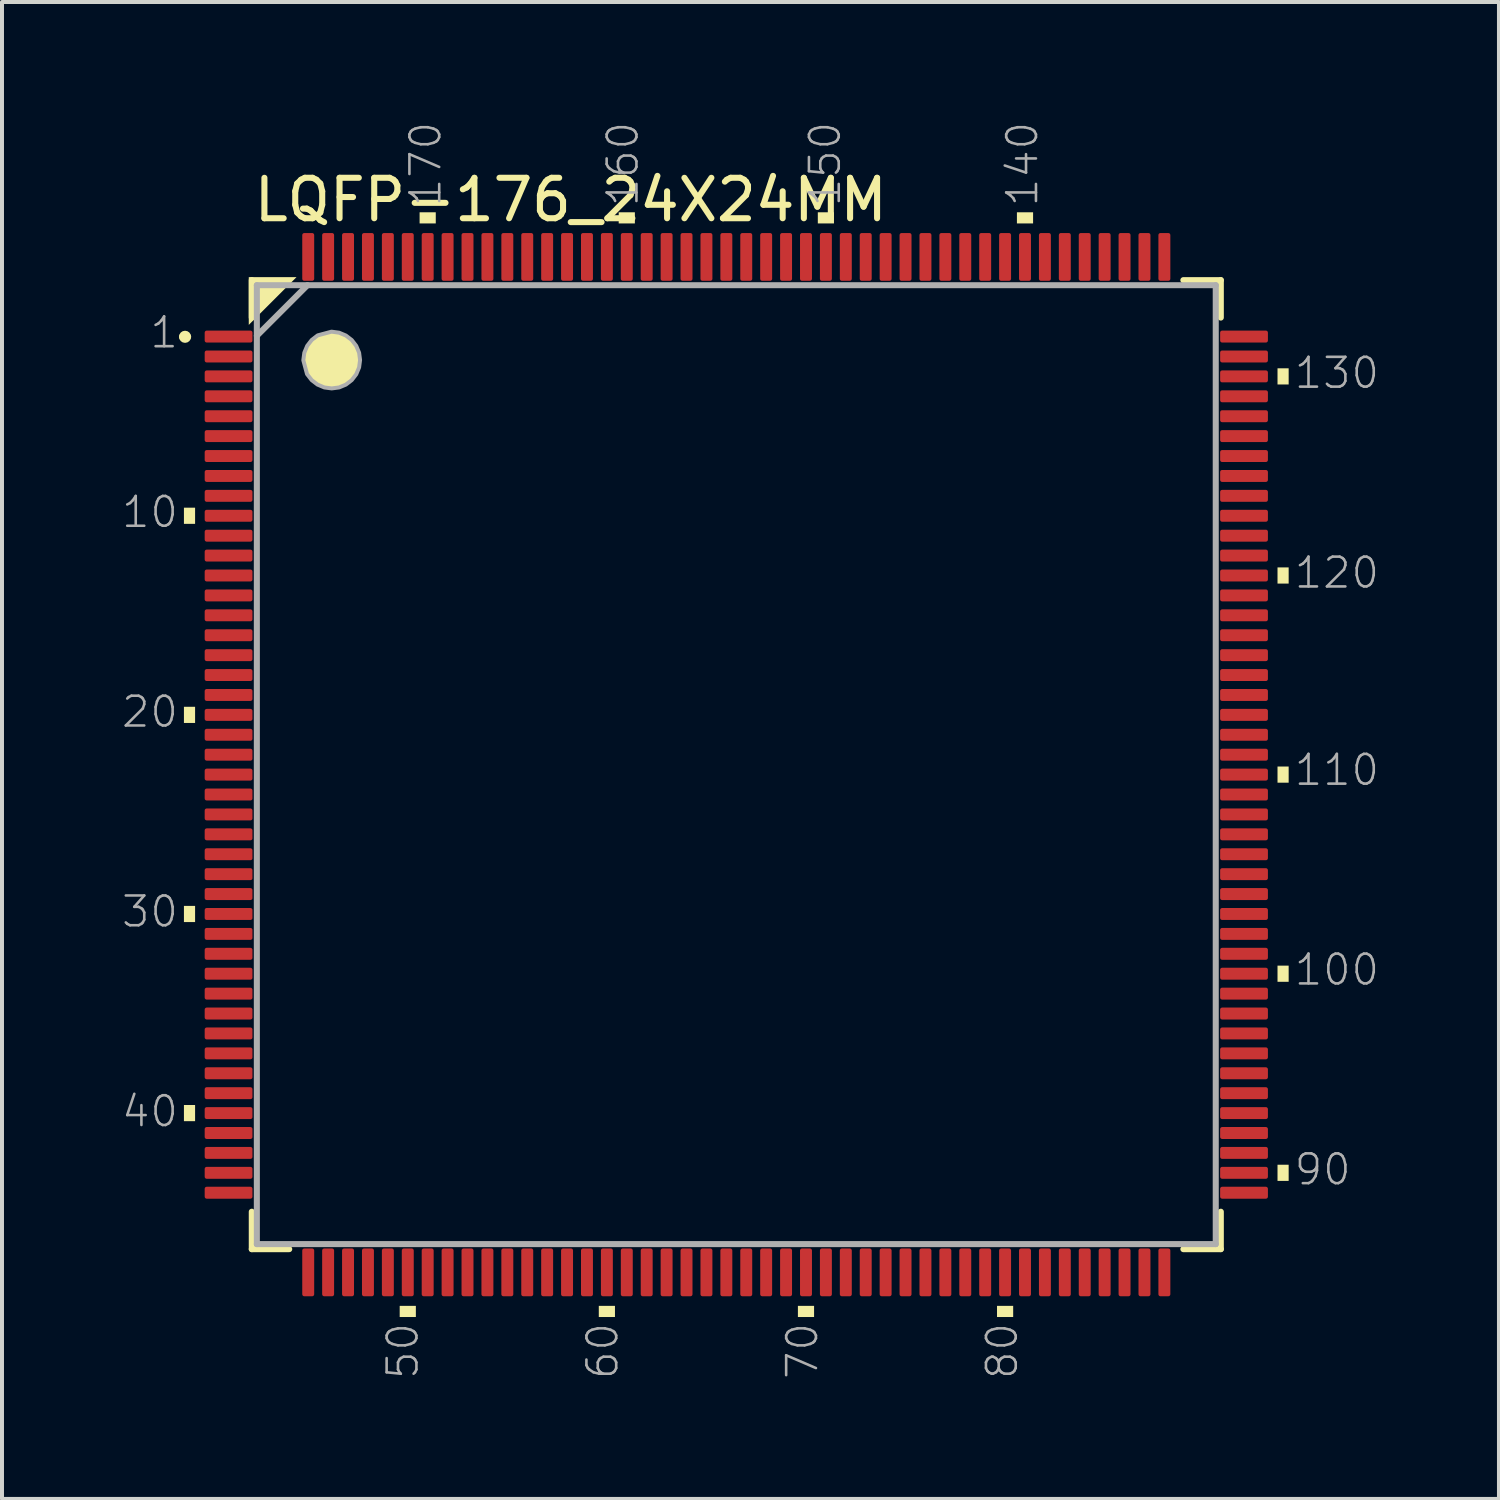
<source format=kicad_pcb>
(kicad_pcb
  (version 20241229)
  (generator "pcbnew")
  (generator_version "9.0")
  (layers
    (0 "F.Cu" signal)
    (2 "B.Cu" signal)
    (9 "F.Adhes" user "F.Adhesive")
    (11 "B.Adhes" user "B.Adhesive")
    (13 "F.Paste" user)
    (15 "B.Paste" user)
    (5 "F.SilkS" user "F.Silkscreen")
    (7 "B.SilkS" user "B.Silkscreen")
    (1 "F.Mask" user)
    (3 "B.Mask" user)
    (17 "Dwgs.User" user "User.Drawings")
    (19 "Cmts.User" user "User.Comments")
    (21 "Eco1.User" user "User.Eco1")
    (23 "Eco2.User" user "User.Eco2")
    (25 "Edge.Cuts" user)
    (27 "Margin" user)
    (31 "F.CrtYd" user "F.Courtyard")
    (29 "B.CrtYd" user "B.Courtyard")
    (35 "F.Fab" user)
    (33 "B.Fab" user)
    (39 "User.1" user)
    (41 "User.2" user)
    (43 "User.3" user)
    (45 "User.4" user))
  (footprint "LQFP-176_24X24MM"
    (layer "F.Cu")
    (at 15.44 16.152)
    (property "Reference" "LQFP-176_24X24MM" (at -12.192 -13.589 0) (layer "F.SilkS") (effects (font (size 1.016 1.016) (thickness 0.152)) (justify left bottom)))
    (attr smd)
    (fp_line (start -12.167 -12.167) (end -12.167 -11.227) (stroke (width 0.152) (type solid)) (layer "F.SilkS"))
    (fp_line (start -12.167 11.227) (end -12.167 12.167) (stroke (width 0.152) (type solid)) (layer "F.SilkS"))
    (fp_line (start -12.167 12.167) (end -11.227 12.167) (stroke (width 0.152) (type solid)) (layer "F.SilkS"))
    (fp_line (start 11.227 12.167) (end 12.167 12.167) (stroke (width 0.152) (type solid)) (layer "F.SilkS"))
    (fp_line (start 12.167 -12.167) (end 11.227 -12.167) (stroke (width 0.152) (type solid)) (layer "F.SilkS"))
    (fp_line (start 12.167 -11.227) (end 12.167 -12.167) (stroke (width 0.152) (type solid)) (layer "F.SilkS"))
    (fp_line (start 12.167 12.167) (end 12.167 11.227) (stroke (width 0.152) (type solid)) (layer "F.SilkS"))
    (fp_arc (start -13.9192 -10.7442) (mid -13.843 -10.8204) (end -13.7668 -10.7442) (stroke (width 0.1524) (type solid)) (layer "F.SilkS"))
    (fp_arc (start -13.7668 -10.7442) (mid -13.843 -10.668) (end -13.9192 -10.7442) (stroke (width 0.1524) (type solid)) (layer "F.SilkS"))
    (fp_poly (pts (xy -12.243 -11.043) (xy -12.243 -12.243) (xy -11.043 -12.243)) (stroke (width 0) (type default)) (fill yes) (layer "F.SilkS"))
    (fp_poly (pts (xy -13.591 -6.047) (xy -13.871 -6.047) (xy -13.871 -6.453) (xy -13.591 -6.453)) (stroke (width 0) (type default)) (fill yes) (layer "F.SilkS"))
    (fp_poly (pts (xy -13.591 -1.047) (xy -13.871 -1.047) (xy -13.871 -1.453) (xy -13.591 -1.453)) (stroke (width 0) (type default)) (fill yes) (layer "F.SilkS"))
    (fp_poly (pts (xy -13.591 3.953) (xy -13.871 3.953) (xy -13.871 3.547) (xy -13.591 3.547)) (stroke (width 0) (type default)) (fill yes) (layer "F.SilkS"))
    (fp_poly (pts (xy -13.591 8.953) (xy -13.871 8.953) (xy -13.871 8.547) (xy -13.591 8.547)) (stroke (width 0) (type default)) (fill yes) (layer "F.SilkS"))
    (fp_poly (pts (xy -8.047 13.871) (xy -8.453 13.871) (xy -8.453 13.591) (xy -8.047 13.591)) (stroke (width 0) (type default)) (fill yes) (layer "F.SilkS"))
    (fp_poly (pts (xy -7.547 -13.591) (xy -7.953 -13.591) (xy -7.953 -13.871) (xy -7.547 -13.871)) (stroke (width 0) (type default)) (fill yes) (layer "F.SilkS"))
    (fp_poly (pts (xy -3.047 13.871) (xy -3.453 13.871) (xy -3.453 13.591) (xy -3.047 13.591)) (stroke (width 0) (type default)) (fill yes) (layer "F.SilkS"))
    (fp_poly (pts (xy -2.547 -13.591) (xy -2.953 -13.591) (xy -2.953 -13.871) (xy -2.547 -13.871)) (stroke (width 0) (type default)) (fill yes) (layer "F.SilkS"))
    (fp_poly (pts (xy 1.953 13.871) (xy 1.547 13.871) (xy 1.547 13.591) (xy 1.953 13.591)) (stroke (width 0) (type default)) (fill yes) (layer "F.SilkS"))
    (fp_poly (pts (xy 2.453 -13.591) (xy 2.047 -13.591) (xy 2.047 -13.871) (xy 2.453 -13.871)) (stroke (width 0) (type default)) (fill yes) (layer "F.SilkS"))
    (fp_poly (pts (xy 6.953 13.871) (xy 6.547 13.871) (xy 6.547 13.591) (xy 6.953 13.591)) (stroke (width 0) (type default)) (fill yes) (layer "F.SilkS"))
    (fp_poly (pts (xy 7.453 -13.591) (xy 7.047 -13.591) (xy 7.047 -13.871) (xy 7.453 -13.871)) (stroke (width 0) (type default)) (fill yes) (layer "F.SilkS"))
    (fp_poly (pts (xy 13.871 -9.547) (xy 13.591 -9.547) (xy 13.591 -9.953) (xy 13.871 -9.953)) (stroke (width 0) (type default)) (fill yes) (layer "F.SilkS"))
    (fp_poly (pts (xy 13.871 -4.547) (xy 13.591 -4.547) (xy 13.591 -4.953) (xy 13.871 -4.953)) (stroke (width 0) (type default)) (fill yes) (layer "F.SilkS"))
    (fp_poly (pts (xy 13.871 0.453) (xy 13.591 0.453) (xy 13.591 0.047) (xy 13.871 0.047)) (stroke (width 0) (type default)) (fill yes) (layer "F.SilkS"))
    (fp_poly (pts (xy 13.871 5.453) (xy 13.591 5.453) (xy 13.591 5.047) (xy 13.871 5.047)) (stroke (width 0) (type default)) (fill yes) (layer "F.SilkS"))
    (fp_poly (pts (xy 13.871 10.453) (xy 13.591 10.453) (xy 13.591 10.047) (xy 13.871 10.047)) (stroke (width 0) (type default)) (fill yes) (layer "F.SilkS"))
    (fp_poly (pts (xy -9.976 -10.848) (xy -9.804 -10.776) (xy -9.657 -10.663) (xy -9.544 -10.516) (xy -9.472 -10.344) (xy -9.448 -10.16) (xy -9.472 -9.976) (xy -9.544 -9.804) (xy -9.657 -9.657) (xy -9.804 -9.544) (xy -9.976 -9.472) (xy -10.16 -9.448) (xy -10.344 -9.472) (xy -10.516 -9.544) (xy -10.663 -9.657) (xy -10.78 -9.808) (xy -10.873 -10.155) (xy -10.848 -10.344) (xy -10.776 -10.516) (xy -10.663 -10.663) (xy -10.512 -10.78) (xy -10.165 -10.873)) (stroke (width 0) (type default)) (fill yes) (layer "F.SilkS"))
    (fp_line (start -12.04 -12.04) (end -12.04 12.04) (stroke (width 0.152) (type solid)) (layer "F.Fab"))
    (fp_line (start -12.04 -10.77) (end -10.77 -12.04) (stroke (width 0.152) (type solid)) (layer "F.Fab"))
    (fp_line (start -12.04 12.04) (end 12.04 12.04) (stroke (width 0.152) (type solid)) (layer "F.Fab"))
    (fp_line (start 12.04 -12.04) (end -12.04 -12.04) (stroke (width 0.152) (type solid)) (layer "F.Fab"))
    (fp_line (start 12.04 12.04) (end 12.04 -12.04) (stroke (width 0.152) (type solid)) (layer "F.Fab"))
    (fp_poly (pts (xy -9.976 -10.848) (xy -9.804 -10.776) (xy -9.657 -10.663) (xy -9.544 -10.516) (xy -9.472 -10.344) (xy -9.448 -10.16) (xy -9.472 -9.976) (xy -9.544 -9.804) (xy -9.657 -9.657) (xy -9.804 -9.544) (xy -9.976 -9.472) (xy -10.16 -9.448) (xy -10.344 -9.472) (xy -10.516 -9.544) (xy -10.663 -9.657) (xy -10.78 -9.808) (xy -10.873 -10.155) (xy -10.848 -10.344) (xy -10.776 -10.516) (xy -10.663 -10.663) (xy -10.512 -10.78) (xy -10.165 -10.873)) (stroke (width 0.1) (type default)) (fill no) (layer "F.Fab"))
    (fp_text user "150" (at 2.667 -13.97 90) (layer "F.Fab") (effects (font (size 0.748 0.748) (thickness 0.065)) (justify left bottom)))
    (fp_text user "40" (at -13.97 9.144 0) (layer "F.Fab") (effects (font (size 0.748 0.748) (thickness 0.065)) (justify right bottom)))
    (fp_text user "1" (at -13.97 -10.414 0) (layer "F.Fab") (effects (font (size 0.748 0.748) (thickness 0.065)) (justify right bottom)))
    (fp_text user "30" (at -13.97 4.128 0) (layer "F.Fab") (effects (font (size 0.748 0.748) (thickness 0.065)) (justify right bottom)))
    (fp_text user "140" (at 7.62 -13.97 90) (layer "F.Fab") (effects (font (size 0.748 0.748) (thickness 0.065)) (justify left bottom)))
    (fp_text user "50" (at -7.938 13.97 90) (layer "F.Fab") (effects (font (size 0.748 0.748) (thickness 0.065)) (justify right bottom)))
    (fp_text user "100" (at 13.97 5.588 0) (layer "F.Fab") (effects (font (size 0.748 0.748) (thickness 0.065)) (justify left bottom)))
    (fp_text user "70" (at 2.095 13.97 90) (layer "F.Fab") (effects (font (size 0.748 0.748) (thickness 0.065)) (justify right bottom)))
    (fp_text user "110" (at 13.97 0.572 0) (layer "F.Fab") (effects (font (size 0.748 0.748) (thickness 0.065)) (justify left bottom)))
    (fp_text user "130" (at 13.97 -9.398 0) (layer "F.Fab") (effects (font (size 0.748 0.748) (thickness 0.065)) (justify left bottom)))
    (fp_text user "170" (at -7.366 -13.97 90) (layer "F.Fab") (effects (font (size 0.748 0.748) (thickness 0.065)) (justify left bottom)))
    (fp_text user "120" (at 13.97 -4.381 0) (layer "F.Fab") (effects (font (size 0.748 0.748) (thickness 0.065)) (justify left bottom)))
    (fp_text user "90" (at 13.97 10.604 0) (layer "F.Fab") (effects (font (size 0.748 0.748) (thickness 0.065)) (justify left bottom)))
    (fp_text user "10" (at -13.97 -5.905 0) (layer "F.Fab") (effects (font (size 0.748 0.748) (thickness 0.065)) (justify right bottom)))
    (fp_text user "160" (at -2.413 -13.97 90) (layer "F.Fab") (effects (font (size 0.748 0.748) (thickness 0.065)) (justify left bottom)))
    (fp_text user "60" (at -2.921 13.97 90) (layer "F.Fab") (effects (font (size 0.748 0.748) (thickness 0.065)) (justify right bottom)))
    (fp_text user "20" (at -13.97 -0.889 0) (layer "F.Fab") (effects (font (size 0.748 0.748) (thickness 0.065)) (justify right bottom)))
    (fp_text user "80" (at 7.112 13.97 90) (layer "F.Fab") (effects (font (size 0.748 0.748) (thickness 0.065)) (justify right bottom)))
    (pad "1" smd roundrect (at -12.75 -10.75) (size 1.2 0.3) (layers "F.Cu" "F.Mask" "F.Paste") (roundrect_rratio 0.169))
    (pad "2" smd roundrect (at -12.75 -10.25) (size 1.2 0.3) (layers "F.Cu" "F.Mask" "F.Paste") (roundrect_rratio 0.169))
    (pad "3" smd roundrect (at -12.75 -9.75) (size 1.2 0.3) (layers "F.Cu" "F.Mask" "F.Paste") (roundrect_rratio 0.169))
    (pad "4" smd roundrect (at -12.75 -9.25) (size 1.2 0.3) (layers "F.Cu" "F.Mask" "F.Paste") (roundrect_rratio 0.169))
    (pad "5" smd roundrect (at -12.75 -8.75) (size 1.2 0.3) (layers "F.Cu" "F.Mask" "F.Paste") (roundrect_rratio 0.169))
    (pad "6" smd roundrect (at -12.75 -8.25) (size 1.2 0.3) (layers "F.Cu" "F.Mask" "F.Paste") (roundrect_rratio 0.169))
    (pad "7" smd roundrect (at -12.75 -7.75) (size 1.2 0.3) (layers "F.Cu" "F.Mask" "F.Paste") (roundrect_rratio 0.169))
    (pad "8" smd roundrect (at -12.75 -7.25) (size 1.2 0.3) (layers "F.Cu" "F.Mask" "F.Paste") (roundrect_rratio 0.169))
    (pad "9" smd roundrect (at -12.75 -6.75) (size 1.2 0.3) (layers "F.Cu" "F.Mask" "F.Paste") (roundrect_rratio 0.169))
    (pad "10" smd roundrect (at -12.75 -6.25) (size 1.2 0.3) (layers "F.Cu" "F.Mask" "F.Paste") (roundrect_rratio 0.169))
    (pad "11" smd roundrect (at -12.75 -5.75) (size 1.2 0.3) (layers "F.Cu" "F.Mask" "F.Paste") (roundrect_rratio 0.169))
    (pad "12" smd roundrect (at -12.75 -5.25) (size 1.2 0.3) (layers "F.Cu" "F.Mask" "F.Paste") (roundrect_rratio 0.169))
    (pad "13" smd roundrect (at -12.75 -4.75) (size 1.2 0.3) (layers "F.Cu" "F.Mask" "F.Paste") (roundrect_rratio 0.169))
    (pad "14" smd roundrect (at -12.75 -4.25) (size 1.2 0.3) (layers "F.Cu" "F.Mask" "F.Paste") (roundrect_rratio 0.169))
    (pad "15" smd roundrect (at -12.75 -3.75) (size 1.2 0.3) (layers "F.Cu" "F.Mask" "F.Paste") (roundrect_rratio 0.169))
    (pad "16" smd roundrect (at -12.75 -3.25) (size 1.2 0.3) (layers "F.Cu" "F.Mask" "F.Paste") (roundrect_rratio 0.169))
    (pad "17" smd roundrect (at -12.75 -2.75) (size 1.2 0.3) (layers "F.Cu" "F.Mask" "F.Paste") (roundrect_rratio 0.169))
    (pad "18" smd roundrect (at -12.75 -2.25) (size 1.2 0.3) (layers "F.Cu" "F.Mask" "F.Paste") (roundrect_rratio 0.169))
    (pad "19" smd roundrect (at -12.75 -1.75) (size 1.2 0.3) (layers "F.Cu" "F.Mask" "F.Paste") (roundrect_rratio 0.169))
    (pad "20" smd roundrect (at -12.75 -1.25) (size 1.2 0.3) (layers "F.Cu" "F.Mask" "F.Paste") (roundrect_rratio 0.169))
    (pad "21" smd roundrect (at -12.75 -0.75) (size 1.2 0.3) (layers "F.Cu" "F.Mask" "F.Paste") (roundrect_rratio 0.169))
    (pad "22" smd roundrect (at -12.75 -0.25) (size 1.2 0.3) (layers "F.Cu" "F.Mask" "F.Paste") (roundrect_rratio 0.169))
    (pad "23" smd roundrect (at -12.75 0.25) (size 1.2 0.3) (layers "F.Cu" "F.Mask" "F.Paste") (roundrect_rratio 0.169))
    (pad "24" smd roundrect (at -12.75 0.75) (size 1.2 0.3) (layers "F.Cu" "F.Mask" "F.Paste") (roundrect_rratio 0.169))
    (pad "25" smd roundrect (at -12.75 1.25) (size 1.2 0.3) (layers "F.Cu" "F.Mask" "F.Paste") (roundrect_rratio 0.169))
    (pad "26" smd roundrect (at -12.75 1.75) (size 1.2 0.3) (layers "F.Cu" "F.Mask" "F.Paste") (roundrect_rratio 0.169))
    (pad "27" smd roundrect (at -12.75 2.25) (size 1.2 0.3) (layers "F.Cu" "F.Mask" "F.Paste") (roundrect_rratio 0.169))
    (pad "28" smd roundrect (at -12.75 2.75) (size 1.2 0.3) (layers "F.Cu" "F.Mask" "F.Paste") (roundrect_rratio 0.169))
    (pad "29" smd roundrect (at -12.75 3.25) (size 1.2 0.3) (layers "F.Cu" "F.Mask" "F.Paste") (roundrect_rratio 0.169))
    (pad "30" smd roundrect (at -12.75 3.75) (size 1.2 0.3) (layers "F.Cu" "F.Mask" "F.Paste") (roundrect_rratio 0.169))
    (pad "31" smd roundrect (at -12.75 4.25) (size 1.2 0.3) (layers "F.Cu" "F.Mask" "F.Paste") (roundrect_rratio 0.169))
    (pad "32" smd roundrect (at -12.75 4.75) (size 1.2 0.3) (layers "F.Cu" "F.Mask" "F.Paste") (roundrect_rratio 0.169))
    (pad "33" smd roundrect (at -12.75 5.25) (size 1.2 0.3) (layers "F.Cu" "F.Mask" "F.Paste") (roundrect_rratio 0.169))
    (pad "34" smd roundrect (at -12.75 5.75) (size 1.2 0.3) (layers "F.Cu" "F.Mask" "F.Paste") (roundrect_rratio 0.169))
    (pad "35" smd roundrect (at -12.75 6.25) (size 1.2 0.3) (layers "F.Cu" "F.Mask" "F.Paste") (roundrect_rratio 0.169))
    (pad "36" smd roundrect (at -12.75 6.75) (size 1.2 0.3) (layers "F.Cu" "F.Mask" "F.Paste") (roundrect_rratio 0.169))
    (pad "37" smd roundrect (at -12.75 7.25) (size 1.2 0.3) (layers "F.Cu" "F.Mask" "F.Paste") (roundrect_rratio 0.169))
    (pad "38" smd roundrect (at -12.75 7.75) (size 1.2 0.3) (layers "F.Cu" "F.Mask" "F.Paste") (roundrect_rratio 0.169))
    (pad "39" smd roundrect (at -12.75 8.25) (size 1.2 0.3) (layers "F.Cu" "F.Mask" "F.Paste") (roundrect_rratio 0.169))
    (pad "40" smd roundrect (at -12.75 8.75) (size 1.2 0.3) (layers "F.Cu" "F.Mask" "F.Paste") (roundrect_rratio 0.169))
    (pad "41" smd roundrect (at -12.75 9.25) (size 1.2 0.3) (layers "F.Cu" "F.Mask" "F.Paste") (roundrect_rratio 0.169))
    (pad "42" smd roundrect (at -12.75 9.75) (size 1.2 0.3) (layers "F.Cu" "F.Mask" "F.Paste") (roundrect_rratio 0.169))
    (pad "43" smd roundrect (at -12.75 10.25) (size 1.2 0.3) (layers "F.Cu" "F.Mask" "F.Paste") (roundrect_rratio 0.169))
    (pad "44" smd roundrect (at -12.75 10.75) (size 1.2 0.3) (layers "F.Cu" "F.Mask" "F.Paste") (roundrect_rratio 0.169))
    (pad "45" smd roundrect (at -10.75 12.75 90) (size 1.2 0.3) (layers "F.Cu" "F.Mask" "F.Paste") (roundrect_rratio 0.169))
    (pad "46" smd roundrect (at -10.25 12.75 90) (size 1.2 0.3) (layers "F.Cu" "F.Mask" "F.Paste") (roundrect_rratio 0.169))
    (pad "47" smd roundrect (at -9.75 12.75 90) (size 1.2 0.3) (layers "F.Cu" "F.Mask" "F.Paste") (roundrect_rratio 0.169))
    (pad "48" smd roundrect (at -9.25 12.75 90) (size 1.2 0.3) (layers "F.Cu" "F.Mask" "F.Paste") (roundrect_rratio 0.169))
    (pad "49" smd roundrect (at -8.75 12.75 90) (size 1.2 0.3) (layers "F.Cu" "F.Mask" "F.Paste") (roundrect_rratio 0.169))
    (pad "50" smd roundrect (at -8.25 12.75 90) (size 1.2 0.3) (layers "F.Cu" "F.Mask" "F.Paste") (roundrect_rratio 0.169))
    (pad "51" smd roundrect (at -7.75 12.75 90) (size 1.2 0.3) (layers "F.Cu" "F.Mask" "F.Paste") (roundrect_rratio 0.169))
    (pad "52" smd roundrect (at -7.25 12.75 90) (size 1.2 0.3) (layers "F.Cu" "F.Mask" "F.Paste") (roundrect_rratio 0.169))
    (pad "53" smd roundrect (at -6.75 12.75 90) (size 1.2 0.3) (layers "F.Cu" "F.Mask" "F.Paste") (roundrect_rratio 0.169))
    (pad "54" smd roundrect (at -6.25 12.75 90) (size 1.2 0.3) (layers "F.Cu" "F.Mask" "F.Paste") (roundrect_rratio 0.169))
    (pad "55" smd roundrect (at -5.75 12.75 90) (size 1.2 0.3) (layers "F.Cu" "F.Mask" "F.Paste") (roundrect_rratio 0.169))
    (pad "56" smd roundrect (at -5.25 12.75 90) (size 1.2 0.3) (layers "F.Cu" "F.Mask" "F.Paste") (roundrect_rratio 0.169))
    (pad "57" smd roundrect (at -4.75 12.75 90) (size 1.2 0.3) (layers "F.Cu" "F.Mask" "F.Paste") (roundrect_rratio 0.169))
    (pad "58" smd roundrect (at -4.25 12.75 90) (size 1.2 0.3) (layers "F.Cu" "F.Mask" "F.Paste") (roundrect_rratio 0.169))
    (pad "59" smd roundrect (at -3.75 12.75 90) (size 1.2 0.3) (layers "F.Cu" "F.Mask" "F.Paste") (roundrect_rratio 0.169))
    (pad "60" smd roundrect (at -3.25 12.75 90) (size 1.2 0.3) (layers "F.Cu" "F.Mask" "F.Paste") (roundrect_rratio 0.169))
    (pad "61" smd roundrect (at -2.75 12.75 90) (size 1.2 0.3) (layers "F.Cu" "F.Mask" "F.Paste") (roundrect_rratio 0.169))
    (pad "62" smd roundrect (at -2.25 12.75 90) (size 1.2 0.3) (layers "F.Cu" "F.Mask" "F.Paste") (roundrect_rratio 0.169))
    (pad "63" smd roundrect (at -1.75 12.75 90) (size 1.2 0.3) (layers "F.Cu" "F.Mask" "F.Paste") (roundrect_rratio 0.169))
    (pad "64" smd roundrect (at -1.25 12.75 90) (size 1.2 0.3) (layers "F.Cu" "F.Mask" "F.Paste") (roundrect_rratio 0.169))
    (pad "65" smd roundrect (at -0.75 12.75 90) (size 1.2 0.3) (layers "F.Cu" "F.Mask" "F.Paste") (roundrect_rratio 0.169))
    (pad "66" smd roundrect (at -0.25 12.75 90) (size 1.2 0.3) (layers "F.Cu" "F.Mask" "F.Paste") (roundrect_rratio 0.169))
    (pad "67" smd roundrect (at 0.25 12.75 90) (size 1.2 0.3) (layers "F.Cu" "F.Mask" "F.Paste") (roundrect_rratio 0.169))
    (pad "68" smd roundrect (at 0.75 12.75 90) (size 1.2 0.3) (layers "F.Cu" "F.Mask" "F.Paste") (roundrect_rratio 0.169))
    (pad "69" smd roundrect (at 1.25 12.75 90) (size 1.2 0.3) (layers "F.Cu" "F.Mask" "F.Paste") (roundrect_rratio 0.169))
    (pad "70" smd roundrect (at 1.75 12.75 90) (size 1.2 0.3) (layers "F.Cu" "F.Mask" "F.Paste") (roundrect_rratio 0.169))
    (pad "71" smd roundrect (at 2.25 12.75 90) (size 1.2 0.3) (layers "F.Cu" "F.Mask" "F.Paste") (roundrect_rratio 0.169))
    (pad "72" smd roundrect (at 2.75 12.75 90) (size 1.2 0.3) (layers "F.Cu" "F.Mask" "F.Paste") (roundrect_rratio 0.169))
    (pad "73" smd roundrect (at 3.25 12.75 90) (size 1.2 0.3) (layers "F.Cu" "F.Mask" "F.Paste") (roundrect_rratio 0.169))
    (pad "74" smd roundrect (at 3.75 12.75 90) (size 1.2 0.3) (layers "F.Cu" "F.Mask" "F.Paste") (roundrect_rratio 0.169))
    (pad "75" smd roundrect (at 4.25 12.75 90) (size 1.2 0.3) (layers "F.Cu" "F.Mask" "F.Paste") (roundrect_rratio 0.169))
    (pad "76" smd roundrect (at 4.75 12.75 90) (size 1.2 0.3) (layers "F.Cu" "F.Mask" "F.Paste") (roundrect_rratio 0.169))
    (pad "77" smd roundrect (at 5.25 12.75 90) (size 1.2 0.3) (layers "F.Cu" "F.Mask" "F.Paste") (roundrect_rratio 0.169))
    (pad "78" smd roundrect (at 5.75 12.75 90) (size 1.2 0.3) (layers "F.Cu" "F.Mask" "F.Paste") (roundrect_rratio 0.169))
    (pad "79" smd roundrect (at 6.25 12.75 90) (size 1.2 0.3) (layers "F.Cu" "F.Mask" "F.Paste") (roundrect_rratio 0.169))
    (pad "80" smd roundrect (at 6.75 12.75 90) (size 1.2 0.3) (layers "F.Cu" "F.Mask" "F.Paste") (roundrect_rratio 0.169))
    (pad "81" smd roundrect (at 7.25 12.75 90) (size 1.2 0.3) (layers "F.Cu" "F.Mask" "F.Paste") (roundrect_rratio 0.169))
    (pad "82" smd roundrect (at 7.75 12.75 90) (size 1.2 0.3) (layers "F.Cu" "F.Mask" "F.Paste") (roundrect_rratio 0.169))
    (pad "83" smd roundrect (at 8.25 12.75 90) (size 1.2 0.3) (layers "F.Cu" "F.Mask" "F.Paste") (roundrect_rratio 0.169))
    (pad "84" smd roundrect (at 8.75 12.75 90) (size 1.2 0.3) (layers "F.Cu" "F.Mask" "F.Paste") (roundrect_rratio 0.169))
    (pad "85" smd roundrect (at 9.25 12.75 90) (size 1.2 0.3) (layers "F.Cu" "F.Mask" "F.Paste") (roundrect_rratio 0.169))
    (pad "86" smd roundrect (at 9.75 12.75 90) (size 1.2 0.3) (layers "F.Cu" "F.Mask" "F.Paste") (roundrect_rratio 0.169))
    (pad "87" smd roundrect (at 10.25 12.75 90) (size 1.2 0.3) (layers "F.Cu" "F.Mask" "F.Paste") (roundrect_rratio 0.169))
    (pad "88" smd roundrect (at 10.75 12.75 90) (size 1.2 0.3) (layers "F.Cu" "F.Mask" "F.Paste") (roundrect_rratio 0.169))
    (pad "89" smd roundrect (at 12.75 10.75 180) (size 1.2 0.3) (layers "F.Cu" "F.Mask" "F.Paste") (roundrect_rratio 0.169))
    (pad "90" smd roundrect (at 12.75 10.25 180) (size 1.2 0.3) (layers "F.Cu" "F.Mask" "F.Paste") (roundrect_rratio 0.169))
    (pad "91" smd roundrect (at 12.75 9.75 180) (size 1.2 0.3) (layers "F.Cu" "F.Mask" "F.Paste") (roundrect_rratio 0.169))
    (pad "92" smd roundrect (at 12.75 9.25 180) (size 1.2 0.3) (layers "F.Cu" "F.Mask" "F.Paste") (roundrect_rratio 0.169))
    (pad "93" smd roundrect (at 12.75 8.75 180) (size 1.2 0.3) (layers "F.Cu" "F.Mask" "F.Paste") (roundrect_rratio 0.169))
    (pad "94" smd roundrect (at 12.75 8.25 180) (size 1.2 0.3) (layers "F.Cu" "F.Mask" "F.Paste") (roundrect_rratio 0.169))
    (pad "95" smd roundrect (at 12.75 7.75 180) (size 1.2 0.3) (layers "F.Cu" "F.Mask" "F.Paste") (roundrect_rratio 0.169))
    (pad "96" smd roundrect (at 12.75 7.25 180) (size 1.2 0.3) (layers "F.Cu" "F.Mask" "F.Paste") (roundrect_rratio 0.169))
    (pad "97" smd roundrect (at 12.75 6.75 180) (size 1.2 0.3) (layers "F.Cu" "F.Mask" "F.Paste") (roundrect_rratio 0.169))
    (pad "98" smd roundrect (at 12.75 6.25 180) (size 1.2 0.3) (layers "F.Cu" "F.Mask" "F.Paste") (roundrect_rratio 0.169))
    (pad "99" smd roundrect (at 12.75 5.75 180) (size 1.2 0.3) (layers "F.Cu" "F.Mask" "F.Paste") (roundrect_rratio 0.169))
    (pad "100" smd roundrect (at 12.75 5.25 180) (size 1.2 0.3) (layers "F.Cu" "F.Mask" "F.Paste") (roundrect_rratio 0.169))
    (pad "101" smd roundrect (at 12.75 4.75 180) (size 1.2 0.3) (layers "F.Cu" "F.Mask" "F.Paste") (roundrect_rratio 0.169))
    (pad "102" smd roundrect (at 12.75 4.25 180) (size 1.2 0.3) (layers "F.Cu" "F.Mask" "F.Paste") (roundrect_rratio 0.169))
    (pad "103" smd roundrect (at 12.75 3.75 180) (size 1.2 0.3) (layers "F.Cu" "F.Mask" "F.Paste") (roundrect_rratio 0.169))
    (pad "104" smd roundrect (at 12.75 3.25 180) (size 1.2 0.3) (layers "F.Cu" "F.Mask" "F.Paste") (roundrect_rratio 0.169))
    (pad "105" smd roundrect (at 12.75 2.75 180) (size 1.2 0.3) (layers "F.Cu" "F.Mask" "F.Paste") (roundrect_rratio 0.169))
    (pad "106" smd roundrect (at 12.75 2.25 180) (size 1.2 0.3) (layers "F.Cu" "F.Mask" "F.Paste") (roundrect_rratio 0.169))
    (pad "107" smd roundrect (at 12.75 1.75 180) (size 1.2 0.3) (layers "F.Cu" "F.Mask" "F.Paste") (roundrect_rratio 0.169))
    (pad "108" smd roundrect (at 12.75 1.25 180) (size 1.2 0.3) (layers "F.Cu" "F.Mask" "F.Paste") (roundrect_rratio 0.169))
    (pad "109" smd roundrect (at 12.75 0.75 180) (size 1.2 0.3) (layers "F.Cu" "F.Mask" "F.Paste") (roundrect_rratio 0.169))
    (pad "110" smd roundrect (at 12.75 0.25 180) (size 1.2 0.3) (layers "F.Cu" "F.Mask" "F.Paste") (roundrect_rratio 0.169))
    (pad "111" smd roundrect (at 12.75 -0.25 180) (size 1.2 0.3) (layers "F.Cu" "F.Mask" "F.Paste") (roundrect_rratio 0.169))
    (pad "112" smd roundrect (at 12.75 -0.75 180) (size 1.2 0.3) (layers "F.Cu" "F.Mask" "F.Paste") (roundrect_rratio 0.169))
    (pad "113" smd roundrect (at 12.75 -1.25 180) (size 1.2 0.3) (layers "F.Cu" "F.Mask" "F.Paste") (roundrect_rratio 0.169))
    (pad "114" smd roundrect (at 12.75 -1.75 180) (size 1.2 0.3) (layers "F.Cu" "F.Mask" "F.Paste") (roundrect_rratio 0.169))
    (pad "115" smd roundrect (at 12.75 -2.25 180) (size 1.2 0.3) (layers "F.Cu" "F.Mask" "F.Paste") (roundrect_rratio 0.169))
    (pad "116" smd roundrect (at 12.75 -2.75 180) (size 1.2 0.3) (layers "F.Cu" "F.Mask" "F.Paste") (roundrect_rratio 0.169))
    (pad "117" smd roundrect (at 12.75 -3.25 180) (size 1.2 0.3) (layers "F.Cu" "F.Mask" "F.Paste") (roundrect_rratio 0.169))
    (pad "118" smd roundrect (at 12.75 -3.75 180) (size 1.2 0.3) (layers "F.Cu" "F.Mask" "F.Paste") (roundrect_rratio 0.169))
    (pad "119" smd roundrect (at 12.75 -4.25 180) (size 1.2 0.3) (layers "F.Cu" "F.Mask" "F.Paste") (roundrect_rratio 0.169))
    (pad "120" smd roundrect (at 12.75 -4.75 180) (size 1.2 0.3) (layers "F.Cu" "F.Mask" "F.Paste") (roundrect_rratio 0.169))
    (pad "121" smd roundrect (at 12.75 -5.25 180) (size 1.2 0.3) (layers "F.Cu" "F.Mask" "F.Paste") (roundrect_rratio 0.169))
    (pad "122" smd roundrect (at 12.75 -5.75 180) (size 1.2 0.3) (layers "F.Cu" "F.Mask" "F.Paste") (roundrect_rratio 0.169))
    (pad "123" smd roundrect (at 12.75 -6.25 180) (size 1.2 0.3) (layers "F.Cu" "F.Mask" "F.Paste") (roundrect_rratio 0.169))
    (pad "124" smd roundrect (at 12.75 -6.75 180) (size 1.2 0.3) (layers "F.Cu" "F.Mask" "F.Paste") (roundrect_rratio 0.169))
    (pad "125" smd roundrect (at 12.75 -7.25 180) (size 1.2 0.3) (layers "F.Cu" "F.Mask" "F.Paste") (roundrect_rratio 0.169))
    (pad "126" smd roundrect (at 12.75 -7.75 180) (size 1.2 0.3) (layers "F.Cu" "F.Mask" "F.Paste") (roundrect_rratio 0.169))
    (pad "127" smd roundrect (at 12.75 -8.25 180) (size 1.2 0.3) (layers "F.Cu" "F.Mask" "F.Paste") (roundrect_rratio 0.169))
    (pad "128" smd roundrect (at 12.75 -8.75 180) (size 1.2 0.3) (layers "F.Cu" "F.Mask" "F.Paste") (roundrect_rratio 0.169))
    (pad "129" smd roundrect (at 12.75 -9.25 180) (size 1.2 0.3) (layers "F.Cu" "F.Mask" "F.Paste") (roundrect_rratio 0.169))
    (pad "130" smd roundrect (at 12.75 -9.75 180) (size 1.2 0.3) (layers "F.Cu" "F.Mask" "F.Paste") (roundrect_rratio 0.169))
    (pad "131" smd roundrect (at 12.75 -10.25 180) (size 1.2 0.3) (layers "F.Cu" "F.Mask" "F.Paste") (roundrect_rratio 0.169))
    (pad "132" smd roundrect (at 12.75 -10.75 180) (size 1.2 0.3) (layers "F.Cu" "F.Mask" "F.Paste") (roundrect_rratio 0.169))
    (pad "133" smd roundrect (at 10.75 -12.75 270) (size 1.2 0.3) (layers "F.Cu" "F.Mask" "F.Paste") (roundrect_rratio 0.169))
    (pad "134" smd roundrect (at 10.25 -12.75 270) (size 1.2 0.3) (layers "F.Cu" "F.Mask" "F.Paste") (roundrect_rratio 0.169))
    (pad "135" smd roundrect (at 9.75 -12.75 270) (size 1.2 0.3) (layers "F.Cu" "F.Mask" "F.Paste") (roundrect_rratio 0.169))
    (pad "136" smd roundrect (at 9.25 -12.75 270) (size 1.2 0.3) (layers "F.Cu" "F.Mask" "F.Paste") (roundrect_rratio 0.169))
    (pad "137" smd roundrect (at 8.75 -12.75 270) (size 1.2 0.3) (layers "F.Cu" "F.Mask" "F.Paste") (roundrect_rratio 0.169))
    (pad "138" smd roundrect (at 8.25 -12.75 270) (size 1.2 0.3) (layers "F.Cu" "F.Mask" "F.Paste") (roundrect_rratio 0.169))
    (pad "139" smd roundrect (at 7.75 -12.75 270) (size 1.2 0.3) (layers "F.Cu" "F.Mask" "F.Paste") (roundrect_rratio 0.169))
    (pad "140" smd roundrect (at 7.25 -12.75 270) (size 1.2 0.3) (layers "F.Cu" "F.Mask" "F.Paste") (roundrect_rratio 0.169))
    (pad "141" smd roundrect (at 6.75 -12.75 270) (size 1.2 0.3) (layers "F.Cu" "F.Mask" "F.Paste") (roundrect_rratio 0.169))
    (pad "142" smd roundrect (at 6.25 -12.75 270) (size 1.2 0.3) (layers "F.Cu" "F.Mask" "F.Paste") (roundrect_rratio 0.169))
    (pad "143" smd roundrect (at 5.75 -12.75 270) (size 1.2 0.3) (layers "F.Cu" "F.Mask" "F.Paste") (roundrect_rratio 0.169))
    (pad "144" smd roundrect (at 5.25 -12.75 270) (size 1.2 0.3) (layers "F.Cu" "F.Mask" "F.Paste") (roundrect_rratio 0.169))
    (pad "145" smd roundrect (at 4.75 -12.75 270) (size 1.2 0.3) (layers "F.Cu" "F.Mask" "F.Paste") (roundrect_rratio 0.169))
    (pad "146" smd roundrect (at 4.25 -12.75 270) (size 1.2 0.3) (layers "F.Cu" "F.Mask" "F.Paste") (roundrect_rratio 0.169))
    (pad "147" smd roundrect (at 3.75 -12.75 270) (size 1.2 0.3) (layers "F.Cu" "F.Mask" "F.Paste") (roundrect_rratio 0.169))
    (pad "148" smd roundrect (at 3.25 -12.75 270) (size 1.2 0.3) (layers "F.Cu" "F.Mask" "F.Paste") (roundrect_rratio 0.169))
    (pad "149" smd roundrect (at 2.75 -12.75 270) (size 1.2 0.3) (layers "F.Cu" "F.Mask" "F.Paste") (roundrect_rratio 0.169))
    (pad "150" smd roundrect (at 2.25 -12.75 270) (size 1.2 0.3) (layers "F.Cu" "F.Mask" "F.Paste") (roundrect_rratio 0.169))
    (pad "151" smd roundrect (at 1.75 -12.75 270) (size 1.2 0.3) (layers "F.Cu" "F.Mask" "F.Paste") (roundrect_rratio 0.169))
    (pad "152" smd roundrect (at 1.25 -12.75 270) (size 1.2 0.3) (layers "F.Cu" "F.Mask" "F.Paste") (roundrect_rratio 0.169))
    (pad "153" smd roundrect (at 0.75 -12.75 270) (size 1.2 0.3) (layers "F.Cu" "F.Mask" "F.Paste") (roundrect_rratio 0.169))
    (pad "154" smd roundrect (at 0.25 -12.75 270) (size 1.2 0.3) (layers "F.Cu" "F.Mask" "F.Paste") (roundrect_rratio 0.169))
    (pad "155" smd roundrect (at -0.25 -12.75 270) (size 1.2 0.3) (layers "F.Cu" "F.Mask" "F.Paste") (roundrect_rratio 0.169))
    (pad "156" smd roundrect (at -0.75 -12.75 270) (size 1.2 0.3) (layers "F.Cu" "F.Mask" "F.Paste") (roundrect_rratio 0.169))
    (pad "157" smd roundrect (at -1.25 -12.75 270) (size 1.2 0.3) (layers "F.Cu" "F.Mask" "F.Paste") (roundrect_rratio 0.169))
    (pad "158" smd roundrect (at -1.75 -12.75 270) (size 1.2 0.3) (layers "F.Cu" "F.Mask" "F.Paste") (roundrect_rratio 0.169))
    (pad "159" smd roundrect (at -2.25 -12.75 270) (size 1.2 0.3) (layers "F.Cu" "F.Mask" "F.Paste") (roundrect_rratio 0.169))
    (pad "160" smd roundrect (at -2.75 -12.75 270) (size 1.2 0.3) (layers "F.Cu" "F.Mask" "F.Paste") (roundrect_rratio 0.169))
    (pad "161" smd roundrect (at -3.25 -12.75 270) (size 1.2 0.3) (layers "F.Cu" "F.Mask" "F.Paste") (roundrect_rratio 0.169))
    (pad "162" smd roundrect (at -3.75 -12.75 270) (size 1.2 0.3) (layers "F.Cu" "F.Mask" "F.Paste") (roundrect_rratio 0.169))
    (pad "163" smd roundrect (at -4.25 -12.75 270) (size 1.2 0.3) (layers "F.Cu" "F.Mask" "F.Paste") (roundrect_rratio 0.169))
    (pad "164" smd roundrect (at -4.75 -12.75 270) (size 1.2 0.3) (layers "F.Cu" "F.Mask" "F.Paste") (roundrect_rratio 0.169))
    (pad "165" smd roundrect (at -5.25 -12.75 270) (size 1.2 0.3) (layers "F.Cu" "F.Mask" "F.Paste") (roundrect_rratio 0.169))
    (pad "166" smd roundrect (at -5.75 -12.75 270) (size 1.2 0.3) (layers "F.Cu" "F.Mask" "F.Paste") (roundrect_rratio 0.169))
    (pad "167" smd roundrect (at -6.25 -12.75 270) (size 1.2 0.3) (layers "F.Cu" "F.Mask" "F.Paste") (roundrect_rratio 0.169))
    (pad "168" smd roundrect (at -6.75 -12.75 270) (size 1.2 0.3) (layers "F.Cu" "F.Mask" "F.Paste") (roundrect_rratio 0.169))
    (pad "169" smd roundrect (at -7.25 -12.75 270) (size 1.2 0.3) (layers "F.Cu" "F.Mask" "F.Paste") (roundrect_rratio 0.169))
    (pad "170" smd roundrect (at -7.75 -12.75 270) (size 1.2 0.3) (layers "F.Cu" "F.Mask" "F.Paste") (roundrect_rratio 0.169))
    (pad "171" smd roundrect (at -8.25 -12.75 270) (size 1.2 0.3) (layers "F.Cu" "F.Mask" "F.Paste") (roundrect_rratio 0.169))
    (pad "172" smd roundrect (at -8.75 -12.75 270) (size 1.2 0.3) (layers "F.Cu" "F.Mask" "F.Paste") (roundrect_rratio 0.169))
    (pad "173" smd roundrect (at -9.25 -12.75 270) (size 1.2 0.3) (layers "F.Cu" "F.Mask" "F.Paste") (roundrect_rratio 0.169))
    (pad "174" smd roundrect (at -9.75 -12.75 270) (size 1.2 0.3) (layers "F.Cu" "F.Mask" "F.Paste") (roundrect_rratio 0.169))
    (pad "175" smd roundrect (at -10.25 -12.75 270) (size 1.2 0.3) (layers "F.Cu" "F.Mask" "F.Paste") (roundrect_rratio 0.169))
    (pad "176" smd roundrect (at -10.75 -12.75 270) (size 1.2 0.3) (layers "F.Cu" "F.Mask" "F.Paste") (roundrect_rratio 0.169)))
  (gr_rect
    (start -3 -3)
    (end 34.592 34.592)
    (stroke (width 0.1) (type default))
    (fill no)
    (layer "Edge.Cuts")))
</source>
